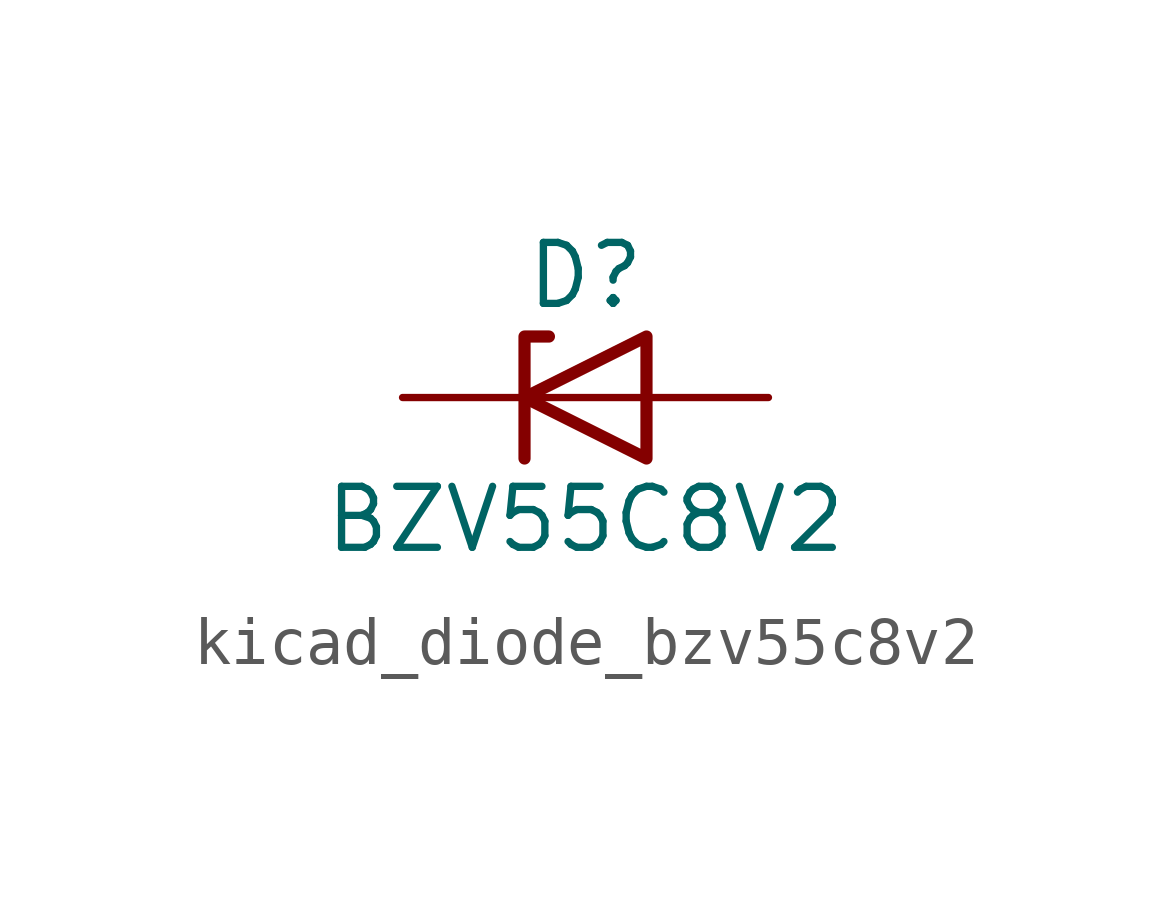
<source format=kicad_sym>
(kicad_symbol_lib
  (version 20220914)
  (generator kicad_symbol_editor)
  (symbol "kicad_diode_bzv55c8v2"
    (pin_numbers hide)
    (pin_names hide)
    (property "Reference" "D"
      (at 0 2.54 0)
      (effects (font (size 1.27 1.27))))
    (property "Value" "BZV55C8V2"
      (at 0 -2.54 0)
      (effects (font (size 1.27 1.27))))
    (symbol "kicad_diode_bzv55c8v2_0_1"
      (polyline (pts (xy 1.27 0) (xy -1.27 0)) (stroke (width 0) (type default)) (fill (type none)))
      (polyline (pts (xy -1.27 -1.27) (xy -1.27 1.27) (xy -0.762 1.27)) (stroke (width 0.254) (type default)) (fill (type none)))
      (polyline (pts (xy 1.27 -1.27) (xy 1.27 1.27) (xy -1.27 0) (xy 1.27 -1.27)) (stroke (width 0.254) (type default)) (fill (type none))))
    (symbol "kicad_diode_bzv55c8v2_1_1"
      (pin passive line (at -3.81 0 0) (length 2.54) (name "K" (effects (font (size 1.27 1.27)))) (number "1" (effects (font (size 1.27 1.27)))))
      (pin passive line (at 3.81 0 180) (length 2.54) (name "A" (effects (font (size 1.27 1.27)))) (number "2" (effects (font (size 1.27 1.27))))))))
</source>
